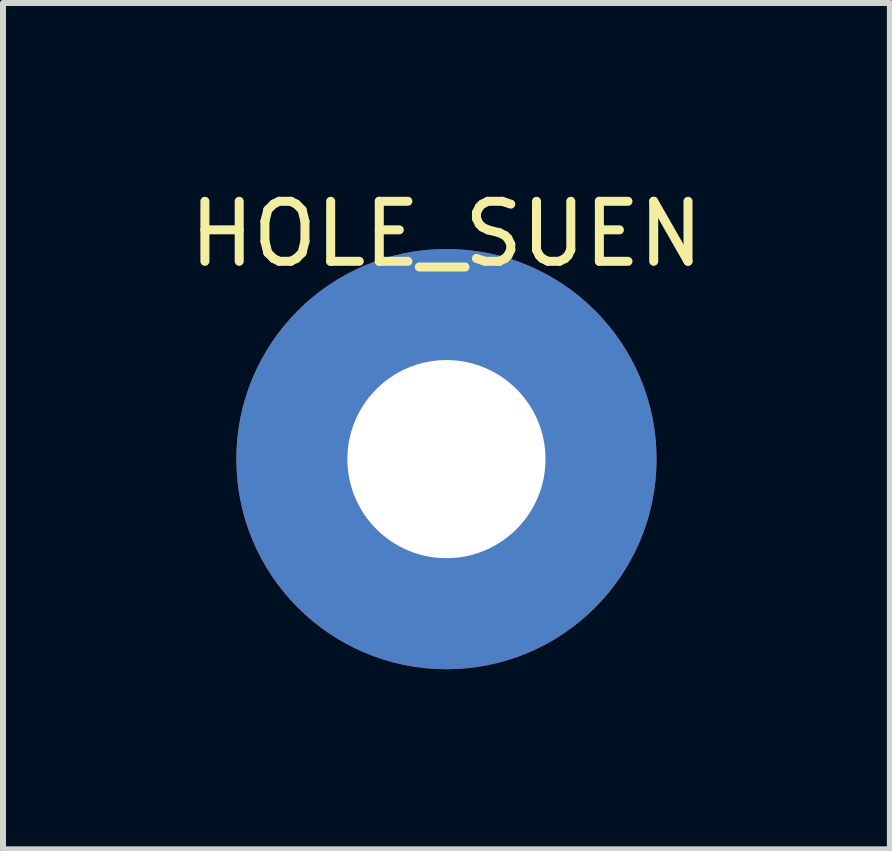
<source format=kicad_pcb>
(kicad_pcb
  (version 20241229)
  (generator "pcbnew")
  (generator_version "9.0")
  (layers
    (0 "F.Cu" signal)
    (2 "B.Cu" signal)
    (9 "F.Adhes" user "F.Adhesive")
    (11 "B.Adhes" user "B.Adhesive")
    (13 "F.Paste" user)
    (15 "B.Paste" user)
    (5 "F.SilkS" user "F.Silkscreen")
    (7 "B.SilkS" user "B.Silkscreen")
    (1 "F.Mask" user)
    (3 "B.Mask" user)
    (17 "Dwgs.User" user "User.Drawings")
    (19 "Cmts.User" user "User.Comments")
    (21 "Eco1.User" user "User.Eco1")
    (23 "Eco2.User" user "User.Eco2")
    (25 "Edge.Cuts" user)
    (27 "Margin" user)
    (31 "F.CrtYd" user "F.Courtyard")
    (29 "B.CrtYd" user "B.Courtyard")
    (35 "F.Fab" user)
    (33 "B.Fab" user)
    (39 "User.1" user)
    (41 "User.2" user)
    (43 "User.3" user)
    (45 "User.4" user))
  (footprint "HOLE_SUEN"
    (layer "F.Cu")
    (at 4.387 4.598)
    (property "Reference" "HOLE_SUEN" (at 0 -3.75 0) (layer "F.SilkS") (effects (font (size 1 1) (thickness 0.15))))
    (attr through_hole)
    (pad "1" thru_hole circle (at 0 0) (size 7 7) (drill 3.3) (layers "*.Cu" "*.Mask")))
  (gr_rect
    (start -3 -3)
    (end 11.774 11.098)
    (stroke (width 0.1) (type default))
    (fill no)
    (layer "Edge.Cuts")))
</source>
